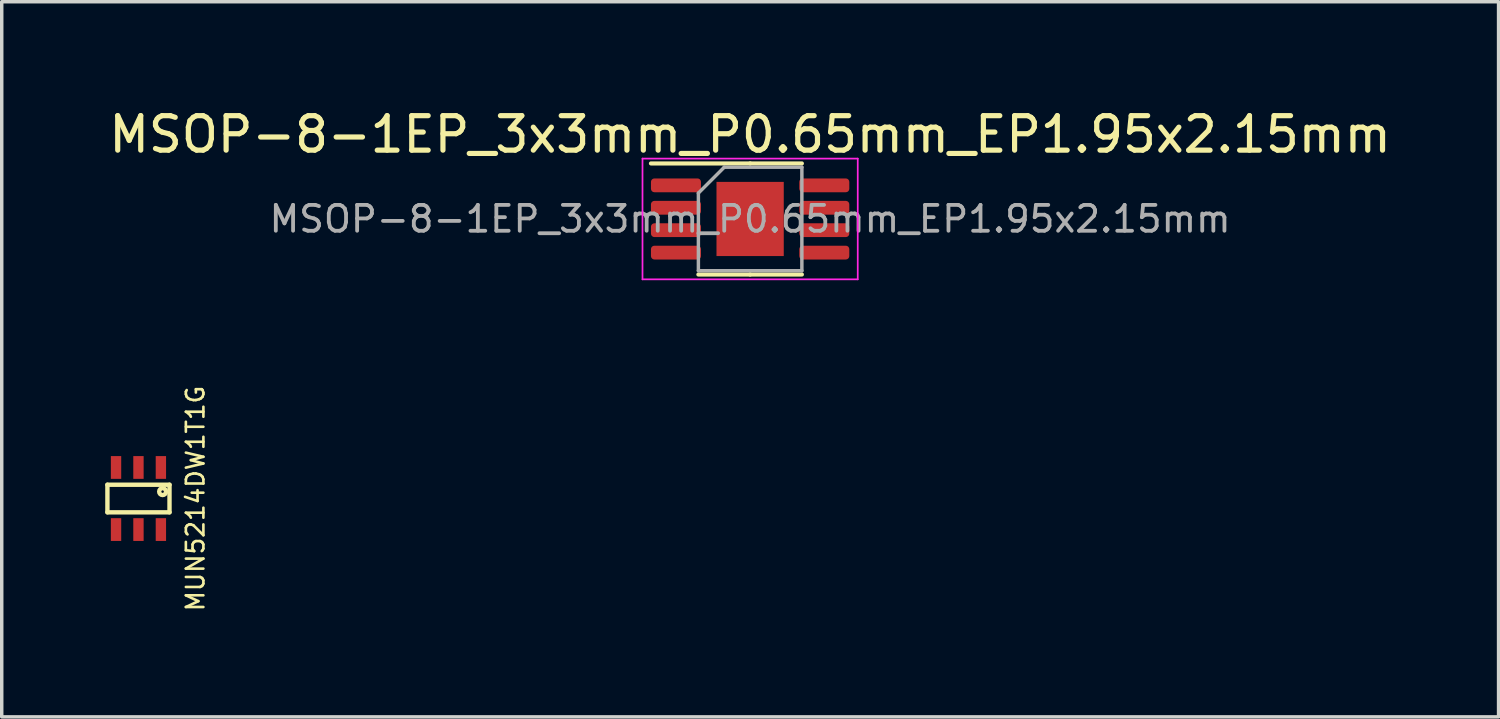
<source format=kicad_pcb>
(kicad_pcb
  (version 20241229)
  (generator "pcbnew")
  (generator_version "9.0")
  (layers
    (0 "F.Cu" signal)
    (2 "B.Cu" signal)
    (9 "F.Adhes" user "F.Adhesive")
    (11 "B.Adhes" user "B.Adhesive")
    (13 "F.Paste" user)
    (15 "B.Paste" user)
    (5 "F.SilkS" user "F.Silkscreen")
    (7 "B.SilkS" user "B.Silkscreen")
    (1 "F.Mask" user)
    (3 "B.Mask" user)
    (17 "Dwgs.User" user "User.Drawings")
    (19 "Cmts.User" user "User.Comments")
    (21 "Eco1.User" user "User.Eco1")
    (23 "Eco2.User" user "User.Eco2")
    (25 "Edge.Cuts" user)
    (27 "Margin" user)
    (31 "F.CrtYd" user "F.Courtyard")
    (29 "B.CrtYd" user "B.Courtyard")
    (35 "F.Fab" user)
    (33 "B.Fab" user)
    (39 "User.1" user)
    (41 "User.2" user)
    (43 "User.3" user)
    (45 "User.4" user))
  (footprint "MUN5214DW1T1G"
    (layer "F.Cu")
    (at 0.964 11.402)
    (property "Reference" "MUN5214DW1T1G" (at 1.651 0 90) (layer "F.SilkS") (effects (font (size 0.508 0.508) (thickness 0.076))))
    (attr smd)
    (fp_line (start -0.9 -0.4) (end -0.9 0.4) (stroke (width 0.127) (type solid)) (layer "F.SilkS"))
    (fp_line (start -0.9 -0.4) (end 0.9 -0.4) (stroke (width 0.127) (type solid)) (layer "F.SilkS"))
    (fp_line (start -0.9 0.4) (end 0.9 0.4) (stroke (width 0.127) (type solid)) (layer "F.SilkS"))
    (fp_line (start 0.9 0.4) (end 0.9 -0.4) (stroke (width 0.127) (type solid)) (layer "F.SilkS"))
    (fp_circle (center 0.7 -0.2) (end 0.7 -0.1) (stroke (width 0.127) (type solid)) (fill no) (layer "F.SilkS"))
    (pad "1" smd rect (at 0.65 -0.9) (size 0.3 0.66) (layers "F.Cu" "F.Mask" "F.Paste"))
    (pad "2" smd rect (at 0 -0.9) (size 0.3 0.66) (layers "F.Cu" "F.Mask" "F.Paste"))
    (pad "3" smd rect (at -0.65 -0.9) (size 0.3 0.66) (layers "F.Cu" "F.Mask" "F.Paste"))
    (pad "4" smd rect (at -0.65 0.9) (size 0.3 0.66) (layers "F.Cu" "F.Mask" "F.Paste"))
    (pad "5" smd rect (at 0 0.9) (size 0.3 0.66) (layers "F.Cu" "F.Mask" "F.Paste"))
    (pad "6" smd rect (at 0.65 0.9) (size 0.3 0.66) (layers "F.Cu" "F.Mask" "F.Paste")))
  (footprint "MSOP-8-1EP_3x3mm_P0.65mm_EP1.95x2.15mm"
    (layer "F.Cu")
    (at 18.696 3.298)
    (property "Reference" "MSOP-8-1EP_3x3mm_P0.65mm_EP1.95x2.15mm" (at 0 -2.45 0) (layer "F.SilkS") (effects (font (size 1 1) (thickness 0.15))))
    (attr smd)
    (fp_line (start 0 -1.61) (end -2.875 -1.61) (stroke (width 0.12) (type solid)) (layer "F.SilkS"))
    (fp_line (start 0 -1.61) (end 1.5 -1.61) (stroke (width 0.12) (type solid)) (layer "F.SilkS"))
    (fp_line (start 0 1.61) (end -1.5 1.61) (stroke (width 0.12) (type solid)) (layer "F.SilkS"))
    (fp_line (start 0 1.61) (end 1.5 1.61) (stroke (width 0.12) (type solid)) (layer "F.SilkS"))
    (fp_line (start -3.12 -1.75) (end -3.12 1.75) (stroke (width 0.05) (type solid)) (layer "F.CrtYd"))
    (fp_line (start -3.12 1.75) (end 3.12 1.75) (stroke (width 0.05) (type solid)) (layer "F.CrtYd"))
    (fp_line (start 3.12 -1.75) (end -3.12 -1.75) (stroke (width 0.05) (type solid)) (layer "F.CrtYd"))
    (fp_line (start 3.12 1.75) (end 3.12 -1.75) (stroke (width 0.05) (type solid)) (layer "F.CrtYd"))
    (fp_line (start -1.5 -0.75) (end -0.75 -1.5) (stroke (width 0.1) (type solid)) (layer "F.Fab"))
    (fp_line (start -1.5 1.5) (end -1.5 -0.75) (stroke (width 0.1) (type solid)) (layer "F.Fab"))
    (fp_line (start -0.75 -1.5) (end 1.5 -1.5) (stroke (width 0.1) (type solid)) (layer "F.Fab"))
    (fp_line (start 1.5 -1.5) (end 1.5 1.5) (stroke (width 0.1) (type solid)) (layer "F.Fab"))
    (fp_line (start 1.5 1.5) (end -1.5 1.5) (stroke (width 0.1) (type solid)) (layer "F.Fab"))
    (fp_text user "${REFERENCE}" (at 0 0 0) (layer "F.Fab") (effects (font (size 0.75 0.75) (thickness 0.11))))
    (pad "" smd roundrect (at -0.49 -0.54) (size 0.79 0.87) (layers "F.Paste") (roundrect_rratio 0.25))
    (pad "" smd roundrect (at -0.49 0.54) (size 0.79 0.87) (layers "F.Paste") (roundrect_rratio 0.25))
    (pad "" smd roundrect (at 0.49 -0.54) (size 0.79 0.87) (layers "F.Paste") (roundrect_rratio 0.25))
    (pad "" smd roundrect (at 0.49 0.54) (size 0.79 0.87) (layers "F.Paste") (roundrect_rratio 0.25))
    (pad "1" smd roundrect (at -2.15 -0.975) (size 1.45 0.4) (layers "F.Cu" "F.Mask" "F.Paste") (roundrect_rratio 0.25))
    (pad "2" smd roundrect (at -2.15 -0.325) (size 1.45 0.4) (layers "F.Cu" "F.Mask" "F.Paste") (roundrect_rratio 0.25))
    (pad "3" smd roundrect (at -2.15 0.325) (size 1.45 0.4) (layers "F.Cu" "F.Mask" "F.Paste") (roundrect_rratio 0.25))
    (pad "4" smd roundrect (at -2.15 0.975) (size 1.45 0.4) (layers "F.Cu" "F.Mask" "F.Paste") (roundrect_rratio 0.25))
    (pad "5" smd roundrect (at 2.15 0.975) (size 1.45 0.4) (layers "F.Cu" "F.Mask" "F.Paste") (roundrect_rratio 0.25))
    (pad "6" smd roundrect (at 2.15 0.325) (size 1.45 0.4) (layers "F.Cu" "F.Mask" "F.Paste") (roundrect_rratio 0.25))
    (pad "7" smd roundrect (at 2.15 -0.325) (size 1.45 0.4) (layers "F.Cu" "F.Mask" "F.Paste") (roundrect_rratio 0.25))
    (pad "8" smd roundrect (at 2.15 -0.975) (size 1.45 0.4) (layers "F.Cu" "F.Mask" "F.Paste") (roundrect_rratio 0.25))
    (pad "9" smd rect (at 0 0) (size 1.95 2.15) (layers "F.Cu" "F.Mask")))
  (gr_rect
    (start -3 -3)
    (end 40.393 17.732)
    (stroke (width 0.1) (type default))
    (fill no)
    (layer "Edge.Cuts")))
</source>
